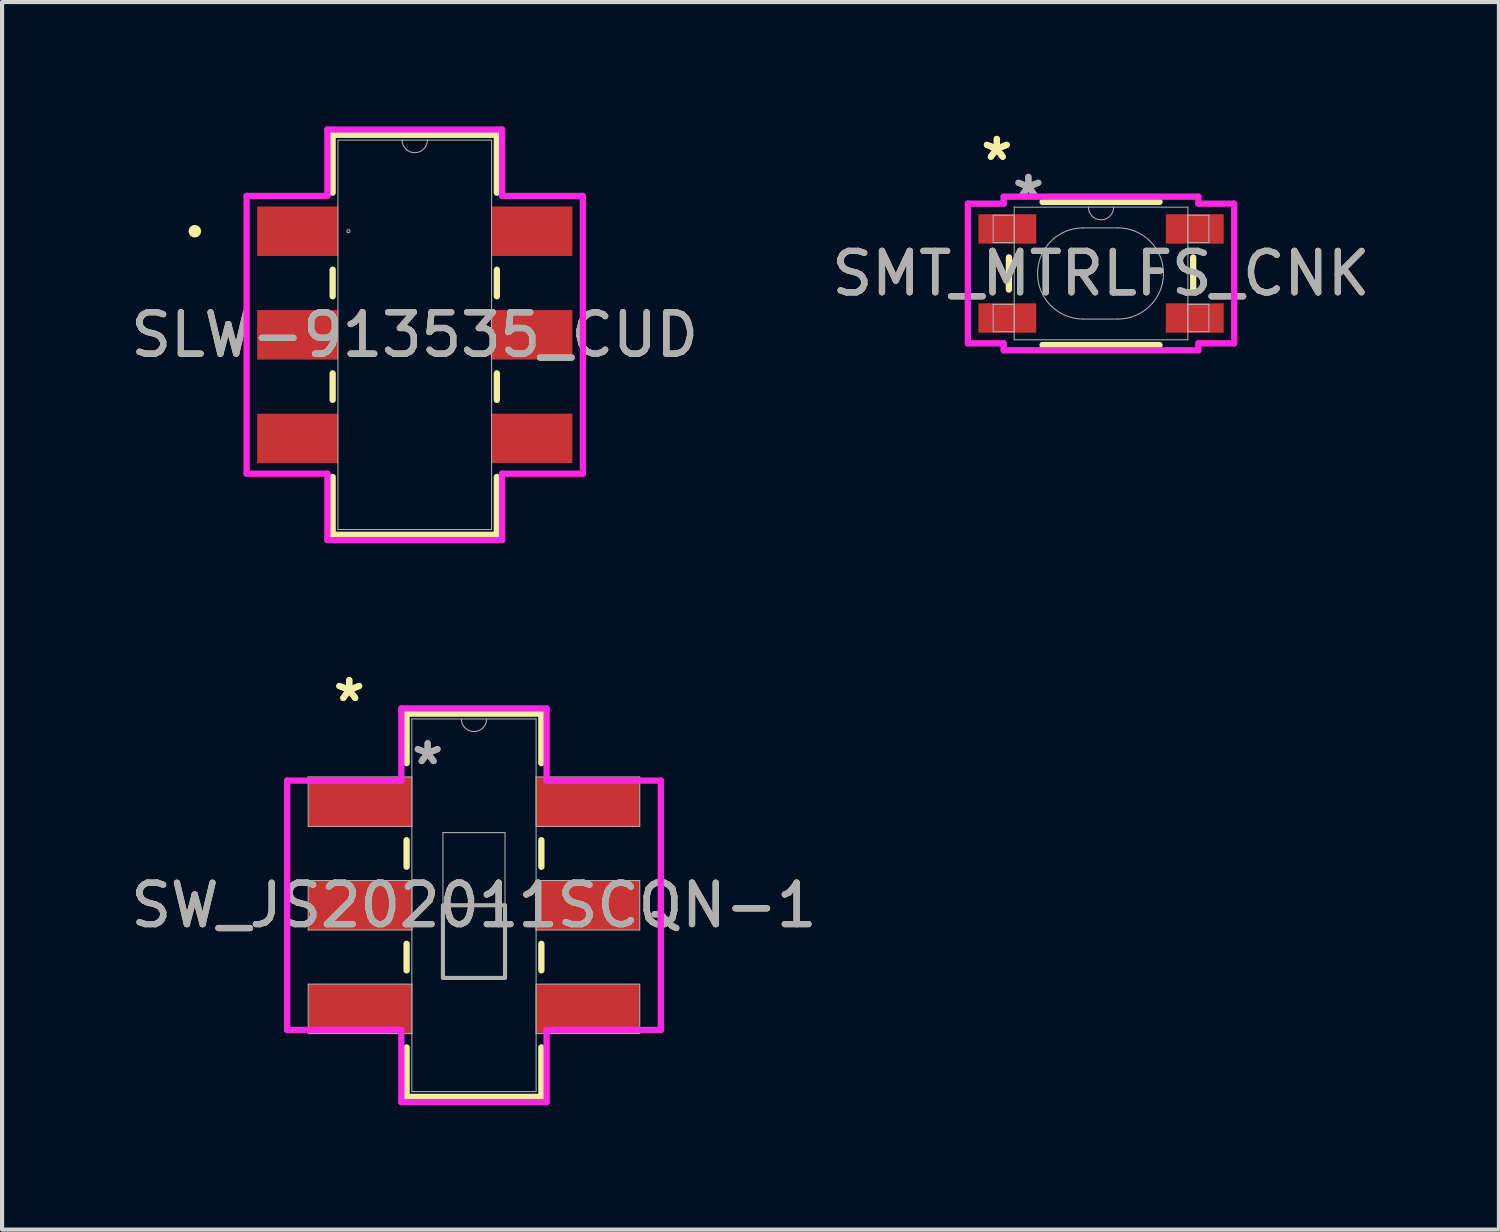
<source format=kicad_pcb>
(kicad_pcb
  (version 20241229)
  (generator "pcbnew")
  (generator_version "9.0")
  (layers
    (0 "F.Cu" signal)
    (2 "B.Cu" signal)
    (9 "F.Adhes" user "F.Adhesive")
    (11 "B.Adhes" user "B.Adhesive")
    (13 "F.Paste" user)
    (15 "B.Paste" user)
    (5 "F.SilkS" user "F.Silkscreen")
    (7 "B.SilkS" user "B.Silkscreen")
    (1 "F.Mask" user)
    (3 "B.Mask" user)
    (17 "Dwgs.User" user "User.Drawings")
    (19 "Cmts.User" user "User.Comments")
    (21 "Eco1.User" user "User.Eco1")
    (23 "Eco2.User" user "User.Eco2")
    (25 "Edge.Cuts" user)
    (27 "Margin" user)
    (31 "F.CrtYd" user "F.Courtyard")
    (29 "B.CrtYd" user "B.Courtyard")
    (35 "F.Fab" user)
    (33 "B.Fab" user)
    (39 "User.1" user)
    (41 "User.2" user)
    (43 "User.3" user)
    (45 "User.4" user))
  (footprint "SMT_MTRLFS_CNK"
    (layer "F.Cu")
    (at 23.518 3.549)
    (property "Reference" "SMT_MTRLFS_CNK" (at 0 0 0) (unlocked yes) (layer "F.SilkS") (effects (font (size 1 1) (thickness 0.15))))
    (attr smd)
    (fp_line (start -2.223 -0.387) (end -2.223 0.387) (stroke (width 0.152) (type solid)) (layer "F.SilkS"))
    (fp_line (start -1.411 1.727) (end 1.411 1.727) (stroke (width 0.152) (type solid)) (layer "F.SilkS"))
    (fp_line (start 1.411 -1.727) (end -1.411 -1.727) (stroke (width 0.152) (type solid)) (layer "F.SilkS"))
    (fp_line (start 2.223 0.387) (end 2.223 -0.387) (stroke (width 0.152) (type solid)) (layer "F.SilkS"))
    (fp_line (start -3.213 -1.685) (end -2.349 -1.685) (stroke (width 0.152) (type solid)) (layer "F.CrtYd"))
    (fp_line (start -3.213 1.685) (end -3.213 -1.685) (stroke (width 0.152) (type solid)) (layer "F.CrtYd"))
    (fp_line (start -3.213 1.685) (end -2.349 1.685) (stroke (width 0.152) (type solid)) (layer "F.CrtYd"))
    (fp_line (start -2.349 -1.854) (end 2.349 -1.854) (stroke (width 0.152) (type solid)) (layer "F.CrtYd"))
    (fp_line (start -2.349 -1.685) (end -2.349 -1.854) (stroke (width 0.152) (type solid)) (layer "F.CrtYd"))
    (fp_line (start -2.349 1.854) (end -2.349 1.685) (stroke (width 0.152) (type solid)) (layer "F.CrtYd"))
    (fp_line (start 2.349 -1.854) (end 2.349 -1.685) (stroke (width 0.152) (type solid)) (layer "F.CrtYd"))
    (fp_line (start 2.349 1.685) (end 2.349 1.854) (stroke (width 0.152) (type solid)) (layer "F.CrtYd"))
    (fp_line (start 2.349 1.854) (end -2.349 1.854) (stroke (width 0.152) (type solid)) (layer "F.CrtYd"))
    (fp_line (start 3.213 -1.685) (end 2.349 -1.685) (stroke (width 0.152) (type solid)) (layer "F.CrtYd"))
    (fp_line (start 3.213 -1.685) (end 3.213 1.685) (stroke (width 0.152) (type solid)) (layer "F.CrtYd"))
    (fp_line (start 3.213 1.685) (end 2.349 1.685) (stroke (width 0.152) (type solid)) (layer "F.CrtYd"))
    (fp_line (start -2.603 -1.405) (end -2.603 -0.745) (stroke (width 0.025) (type solid)) (layer "F.Fab"))
    (fp_line (start -2.603 -0.745) (end -2.095 -0.745) (stroke (width 0.025) (type solid)) (layer "F.Fab"))
    (fp_line (start -2.603 0.745) (end -2.603 1.405) (stroke (width 0.025) (type solid)) (layer "F.Fab"))
    (fp_line (start -2.603 1.405) (end -2.095 1.405) (stroke (width 0.025) (type solid)) (layer "F.Fab"))
    (fp_line (start -2.095 -1.6) (end -2.095 1.6) (stroke (width 0.025) (type solid)) (layer "F.Fab"))
    (fp_line (start -2.095 -1.405) (end -2.603 -1.405) (stroke (width 0.025) (type solid)) (layer "F.Fab"))
    (fp_line (start -2.095 -0.745) (end -2.095 -1.405) (stroke (width 0.025) (type solid)) (layer "F.Fab"))
    (fp_line (start -2.095 0.745) (end -2.603 0.745) (stroke (width 0.025) (type solid)) (layer "F.Fab"))
    (fp_line (start -2.095 1.405) (end -2.095 0.745) (stroke (width 0.025) (type solid)) (layer "F.Fab"))
    (fp_line (start -2.095 1.6) (end 2.095 1.6) (stroke (width 0.025) (type solid)) (layer "F.Fab"))
    (fp_line (start -0.432 -1.1) (end 0.406 -1.1) (stroke (width 0.025) (type solid)) (layer "F.Fab"))
    (fp_line (start -0.432 1.1) (end 0.406 1.1) (stroke (width 0.025) (type solid)) (layer "F.Fab"))
    (fp_line (start 2.095 -1.6) (end -2.095 -1.6) (stroke (width 0.025) (type solid)) (layer "F.Fab"))
    (fp_line (start 2.095 -1.405) (end 2.095 -0.745) (stroke (width 0.025) (type solid)) (layer "F.Fab"))
    (fp_line (start 2.095 -0.745) (end 2.603 -0.745) (stroke (width 0.025) (type solid)) (layer "F.Fab"))
    (fp_line (start 2.095 0.745) (end 2.095 1.405) (stroke (width 0.025) (type solid)) (layer "F.Fab"))
    (fp_line (start 2.095 1.405) (end 2.603 1.405) (stroke (width 0.025) (type solid)) (layer "F.Fab"))
    (fp_line (start 2.095 1.6) (end 2.095 -1.6) (stroke (width 0.025) (type solid)) (layer "F.Fab"))
    (fp_line (start 2.603 -1.405) (end 2.095 -1.405) (stroke (width 0.025) (type solid)) (layer "F.Fab"))
    (fp_line (start 2.603 -0.745) (end 2.603 -1.405) (stroke (width 0.025) (type solid)) (layer "F.Fab"))
    (fp_line (start 2.603 0.745) (end 2.095 0.745) (stroke (width 0.025) (type solid)) (layer "F.Fab"))
    (fp_line (start 2.603 1.405) (end 2.603 0.745) (stroke (width 0.025) (type solid)) (layer "F.Fab"))
    (fp_arc (start -0.4318 1.1) (mid -1.5318 0) (end -0.4318 -1.1) (stroke (width 0.0254) (type solid)) (layer "F.Fab"))
    (fp_arc (start 0.3048 -1.600001) (mid 0 -1.295201) (end -0.3048 -1.600001) (stroke (width 0.0254) (type solid)) (layer "F.Fab"))
    (fp_arc (start 0.4064 -1.1) (mid 1.5064 0) (end 0.4064 1.1) (stroke (width 0.0254) (type solid)) (layer "F.Fab"))
    (fp_text user "*" (at -2.515 -2.701 0) (layer "F.SilkS") (effects (font (size 1 1) (thickness 0.15))))
    (fp_text user "*" (at -2.515 -2.701 0) (unlocked yes) (layer "F.SilkS") (effects (font (size 1 1) (thickness 0.15))))
    (fp_text user "*" (at -1.753 -1.786 0) (unlocked yes) (layer "F.Fab") (effects (font (size 1 1) (thickness 0.15))))
    (fp_text user "*" (at -1.753 -1.786 0) (layer "F.Fab") (effects (font (size 1 1) (thickness 0.15))))
    (fp_text user "${REFERENCE}" (at 0 0 0) (unlocked yes) (layer "F.Fab") (effects (font (size 1 1) (thickness 0.15))))
    (pad "1" smd rect (at -2.261 -1.075) (size 1.397 0.711) (layers "F.Cu" "F.Mask" "F.Paste"))
    (pad "2" smd rect (at 2.261 -1.075) (size 1.397 0.711) (layers "F.Cu" "F.Mask" "F.Paste"))
    (pad "3" smd rect (at -2.261 1.075) (size 1.397 0.711) (layers "F.Cu" "F.Mask" "F.Paste"))
    (pad "4" smd rect (at 2.261 1.075) (size 1.397 0.711) (layers "F.Cu" "F.Mask" "F.Paste")))
  (footprint "SLW-913535_CUD"
    (layer "F.Cu")
    (at 6.958 5.029)
    (property "Reference" "SLW-913535_CUD" (at 0 0 0) (unlocked yes) (layer "F.SilkS") (effects (font (size 1 1) (thickness 0.15))))
    (attr smd)
    (fp_line (start -1.981 -4.826) (end -1.981 -3.43) (stroke (width 0.152) (type solid)) (layer "F.SilkS"))
    (fp_line (start -1.981 -1.57) (end -1.981 -0.93) (stroke (width 0.152) (type solid)) (layer "F.SilkS"))
    (fp_line (start -1.981 0.93) (end -1.981 1.57) (stroke (width 0.152) (type solid)) (layer "F.SilkS"))
    (fp_line (start -1.981 3.43) (end -1.981 4.826) (stroke (width 0.152) (type solid)) (layer "F.SilkS"))
    (fp_line (start -1.981 4.826) (end 1.981 4.826) (stroke (width 0.152) (type solid)) (layer "F.SilkS"))
    (fp_line (start 1.981 -4.826) (end -1.981 -4.826) (stroke (width 0.152) (type solid)) (layer "F.SilkS"))
    (fp_line (start 1.981 -3.43) (end 1.981 -4.826) (stroke (width 0.152) (type solid)) (layer "F.SilkS"))
    (fp_line (start 1.981 -0.93) (end 1.981 -1.57) (stroke (width 0.152) (type solid)) (layer "F.SilkS"))
    (fp_line (start 1.981 1.57) (end 1.981 0.93) (stroke (width 0.152) (type solid)) (layer "F.SilkS"))
    (fp_line (start 1.981 4.826) (end 1.981 3.43) (stroke (width 0.152) (type solid)) (layer "F.SilkS"))
    (fp_circle (center -5.307 -2.5) (end -5.231 -2.5) (stroke (width 0.152) (type solid)) (fill no) (layer "F.SilkS"))
    (fp_line (start -4.057 -3.351) (end -2.108 -3.351) (stroke (width 0.152) (type solid)) (layer "F.CrtYd"))
    (fp_line (start -4.057 3.351) (end -4.057 -3.351) (stroke (width 0.152) (type solid)) (layer "F.CrtYd"))
    (fp_line (start -4.057 3.351) (end -2.108 3.351) (stroke (width 0.152) (type solid)) (layer "F.CrtYd"))
    (fp_line (start -2.108 -4.953) (end 2.108 -4.953) (stroke (width 0.152) (type solid)) (layer "F.CrtYd"))
    (fp_line (start -2.108 -3.351) (end -2.108 -4.953) (stroke (width 0.152) (type solid)) (layer "F.CrtYd"))
    (fp_line (start -2.108 4.953) (end -2.108 3.351) (stroke (width 0.152) (type solid)) (layer "F.CrtYd"))
    (fp_line (start 2.108 -4.953) (end 2.108 -3.351) (stroke (width 0.152) (type solid)) (layer "F.CrtYd"))
    (fp_line (start 2.108 3.351) (end 2.108 4.953) (stroke (width 0.152) (type solid)) (layer "F.CrtYd"))
    (fp_line (start 2.108 4.953) (end -2.108 4.953) (stroke (width 0.152) (type solid)) (layer "F.CrtYd"))
    (fp_line (start 4.057 -3.351) (end 2.108 -3.351) (stroke (width 0.152) (type solid)) (layer "F.CrtYd"))
    (fp_line (start 4.057 -3.351) (end 4.057 3.351) (stroke (width 0.152) (type solid)) (layer "F.CrtYd"))
    (fp_line (start 4.057 3.351) (end 2.108 3.351) (stroke (width 0.152) (type solid)) (layer "F.CrtYd"))
    (fp_line (start -1.854 -4.699) (end -1.854 4.699) (stroke (width 0.025) (type solid)) (layer "F.Fab"))
    (fp_line (start -1.854 4.699) (end 1.854 4.699) (stroke (width 0.025) (type solid)) (layer "F.Fab"))
    (fp_line (start 1.854 -4.699) (end -1.854 -4.699) (stroke (width 0.025) (type solid)) (layer "F.Fab"))
    (fp_line (start 1.854 4.699) (end 1.854 -4.699) (stroke (width 0.025) (type solid)) (layer "F.Fab"))
    (fp_arc (start 0.3048 -4.699) (mid 0 -4.3942) (end -0.3048 -4.699) (stroke (width 0.0254) (type solid)) (layer "F.Fab"))
    (fp_circle (center -1.6 -2.5) (end -1.562 -2.5) (stroke (width 0.025) (type solid)) (fill no) (layer "F.Fab"))
    (fp_text user "${REFERENCE}" (at 0 0 0) (unlocked yes) (layer "F.Fab") (effects (font (size 1 1) (thickness 0.15))))
    (pad "1" smd rect (at -2.825 -2.5) (size 1.956 1.194) (layers "F.Cu" "F.Mask" "F.Paste"))
    (pad "2" smd rect (at -2.825 0) (size 1.956 1.194) (layers "F.Cu" "F.Mask" "F.Paste"))
    (pad "3" smd rect (at -2.825 2.5) (size 1.956 1.194) (layers "F.Cu" "F.Mask" "F.Paste"))
    (pad "4" smd rect (at 2.825 -2.5) (size 1.956 1.194) (layers "F.Cu" "F.Mask" "F.Paste"))
    (pad "5" smd rect (at 2.825 0) (size 1.956 1.194) (layers "F.Cu" "F.Mask" "F.Paste"))
    (pad "6" smd rect (at 2.825 2.5) (size 1.956 1.194) (layers "F.Cu" "F.Mask" "F.Paste")))
  (footprint "SW_JS202011SCQN-1"
    (layer "F.Cu")
    (at 8.387 18.794)
    (property "Reference" "SW_JS202011SCQN-1" (at 0 0 0) (unlocked yes) (layer "F.SilkS") (effects (font (size 1 1) (thickness 0.15))))
    (attr smd)
    (fp_line (start -1.626 -4.623) (end -1.626 -3.43) (stroke (width 0.152) (type solid)) (layer "F.SilkS"))
    (fp_line (start -1.626 -1.57) (end -1.626 -0.93) (stroke (width 0.152) (type solid)) (layer "F.SilkS"))
    (fp_line (start -1.626 0.93) (end -1.626 1.57) (stroke (width 0.152) (type solid)) (layer "F.SilkS"))
    (fp_line (start -1.626 3.43) (end -1.626 4.623) (stroke (width 0.152) (type solid)) (layer "F.SilkS"))
    (fp_line (start -1.626 4.623) (end 1.626 4.623) (stroke (width 0.152) (type solid)) (layer "F.SilkS"))
    (fp_line (start 1.626 -4.623) (end -1.626 -4.623) (stroke (width 0.152) (type solid)) (layer "F.SilkS"))
    (fp_line (start 1.626 -3.43) (end 1.626 -4.623) (stroke (width 0.152) (type solid)) (layer "F.SilkS"))
    (fp_line (start 1.626 -0.93) (end 1.626 -1.57) (stroke (width 0.152) (type solid)) (layer "F.SilkS"))
    (fp_line (start 1.626 1.57) (end 1.626 0.93) (stroke (width 0.152) (type solid)) (layer "F.SilkS"))
    (fp_line (start 1.626 4.623) (end 1.626 3.43) (stroke (width 0.152) (type solid)) (layer "F.SilkS"))
    (fp_line (start -4.508 -3.008) (end -1.753 -3.008) (stroke (width 0.152) (type solid)) (layer "F.CrtYd"))
    (fp_line (start -4.508 3.008) (end -4.508 -3.008) (stroke (width 0.152) (type solid)) (layer "F.CrtYd"))
    (fp_line (start -1.753 -4.75) (end 1.753 -4.75) (stroke (width 0.152) (type solid)) (layer "F.CrtYd"))
    (fp_line (start -1.753 -3.008) (end -1.753 -4.75) (stroke (width 0.152) (type solid)) (layer "F.CrtYd"))
    (fp_line (start -1.753 3.008) (end -4.508 3.008) (stroke (width 0.152) (type solid)) (layer "F.CrtYd"))
    (fp_line (start -1.753 4.75) (end -1.753 3.008) (stroke (width 0.152) (type solid)) (layer "F.CrtYd"))
    (fp_line (start 1.753 -4.75) (end 1.753 -3.008) (stroke (width 0.152) (type solid)) (layer "F.CrtYd"))
    (fp_line (start 1.753 -3.008) (end 4.508 -3.008) (stroke (width 0.152) (type solid)) (layer "F.CrtYd"))
    (fp_line (start 1.753 3.008) (end 1.753 4.75) (stroke (width 0.152) (type solid)) (layer "F.CrtYd"))
    (fp_line (start 1.753 4.75) (end -1.753 4.75) (stroke (width 0.152) (type solid)) (layer "F.CrtYd"))
    (fp_line (start 4.508 -3.008) (end 4.508 3.008) (stroke (width 0.152) (type solid)) (layer "F.CrtYd"))
    (fp_line (start 4.508 3.008) (end 1.753 3.008) (stroke (width 0.152) (type solid)) (layer "F.CrtYd"))
    (fp_line (start -4 -3.097) (end -4 -1.903) (stroke (width 0.025) (type solid)) (layer "F.Fab"))
    (fp_line (start -4 -1.903) (end -1.499 -1.903) (stroke (width 0.025) (type solid)) (layer "F.Fab"))
    (fp_line (start -4 -0.597) (end -4 0.597) (stroke (width 0.025) (type solid)) (layer "F.Fab"))
    (fp_line (start -4 0.597) (end -1.499 0.597) (stroke (width 0.025) (type solid)) (layer "F.Fab"))
    (fp_line (start -4 1.903) (end -4 3.097) (stroke (width 0.025) (type solid)) (layer "F.Fab"))
    (fp_line (start -4 3.097) (end -1.499 3.097) (stroke (width 0.025) (type solid)) (layer "F.Fab"))
    (fp_line (start -1.499 -4.496) (end -1.499 4.496) (stroke (width 0.025) (type solid)) (layer "F.Fab"))
    (fp_line (start -1.499 -3.097) (end -4 -3.097) (stroke (width 0.025) (type solid)) (layer "F.Fab"))
    (fp_line (start -1.499 -1.903) (end -1.499 -3.097) (stroke (width 0.025) (type solid)) (layer "F.Fab"))
    (fp_line (start -1.499 -0.597) (end -4 -0.597) (stroke (width 0.025) (type solid)) (layer "F.Fab"))
    (fp_line (start -1.499 0.597) (end -1.499 -0.597) (stroke (width 0.025) (type solid)) (layer "F.Fab"))
    (fp_line (start -1.499 1.903) (end -4 1.903) (stroke (width 0.025) (type solid)) (layer "F.Fab"))
    (fp_line (start -1.499 3.097) (end -1.499 1.903) (stroke (width 0.025) (type solid)) (layer "F.Fab"))
    (fp_line (start -1.499 4.496) (end 1.499 4.496) (stroke (width 0.025) (type solid)) (layer "F.Fab"))
    (fp_line (start -0.749 -1.753) (end 0.749 -1.753) (stroke (width 0.025) (type solid)) (layer "F.Fab"))
    (fp_line (start -0.749 1.753) (end -0.749 -1.753) (stroke (width 0.025) (type solid)) (layer "F.Fab"))
    (fp_line (start 0.749 -1.753) (end 0.749 1.753) (stroke (width 0.025) (type solid)) (layer "F.Fab"))
    (fp_line (start 0.749 1.753) (end -0.749 1.753) (stroke (width 0.025) (type solid)) (layer "F.Fab"))
    (fp_line (start 1.499 -4.496) (end -1.499 -4.496) (stroke (width 0.025) (type solid)) (layer "F.Fab"))
    (fp_line (start 1.499 -3.097) (end 1.499 -1.903) (stroke (width 0.025) (type solid)) (layer "F.Fab"))
    (fp_line (start 1.499 -1.903) (end 4 -1.903) (stroke (width 0.025) (type solid)) (layer "F.Fab"))
    (fp_line (start 1.499 -0.597) (end 1.499 0.597) (stroke (width 0.025) (type solid)) (layer "F.Fab"))
    (fp_line (start 1.499 0.597) (end 4 0.597) (stroke (width 0.025) (type solid)) (layer "F.Fab"))
    (fp_line (start 1.499 1.903) (end 1.499 3.097) (stroke (width 0.025) (type solid)) (layer "F.Fab"))
    (fp_line (start 1.499 3.097) (end 4 3.097) (stroke (width 0.025) (type solid)) (layer "F.Fab"))
    (fp_line (start 1.499 4.496) (end 1.499 -4.496) (stroke (width 0.025) (type solid)) (layer "F.Fab"))
    (fp_line (start 4 -3.097) (end 1.499 -3.097) (stroke (width 0.025) (type solid)) (layer "F.Fab"))
    (fp_line (start 4 -1.903) (end 4 -3.097) (stroke (width 0.025) (type solid)) (layer "F.Fab"))
    (fp_line (start 4 -0.597) (end 1.499 -0.597) (stroke (width 0.025) (type solid)) (layer "F.Fab"))
    (fp_line (start 4 0.597) (end 4 -0.597) (stroke (width 0.025) (type solid)) (layer "F.Fab"))
    (fp_line (start 4 1.903) (end 1.499 1.903) (stroke (width 0.025) (type solid)) (layer "F.Fab"))
    (fp_line (start 4 3.097) (end 4 1.903) (stroke (width 0.025) (type solid)) (layer "F.Fab"))
    (fp_arc (start 0.3048 -4.4958) (mid 0 -4.191) (end -0.3048 -4.4958) (stroke (width 0.0254) (type solid)) (layer "F.Fab"))
    (fp_poly (pts (xy -0.749 1.753) (xy -0.749 0) (xy 0.749 0) (xy 0.749 1.753)) (stroke (width 0.1) (type solid)) (fill no) (layer "F.Fab"))
    (fp_text user "*" (at -3.01 -4.888 0) (layer "F.SilkS") (effects (font (size 1 1) (thickness 0.15))))
    (fp_text user "*" (at -3.01 -4.888 0) (unlocked yes) (layer "F.SilkS") (effects (font (size 1 1) (thickness 0.15))))
    (fp_text user "${REFERENCE}" (at 0 0 0) (unlocked yes) (layer "F.Fab") (effects (font (size 1 1) (thickness 0.15))))
    (fp_text user "*" (at -1.118 -3.364 0) (unlocked yes) (layer "F.Fab") (effects (font (size 1 1) (thickness 0.15))))
    (fp_text user "*" (at -1.118 -3.364 0) (layer "F.Fab") (effects (font (size 1 1) (thickness 0.15))))
    (pad "1" smd rect (at -2.756 -2.5) (size 2.489 1.194) (layers "F.Cu" "F.Mask" "F.Paste"))
    (pad "2" smd rect (at -2.756 0) (size 2.489 1.194) (layers "F.Cu" "F.Mask" "F.Paste"))
    (pad "3" smd rect (at -2.756 2.5) (size 2.489 1.194) (layers "F.Cu" "F.Mask" "F.Paste"))
    (pad "4" smd rect (at 2.756 2.5) (size 2.489 1.194) (layers "F.Cu" "F.Mask" "F.Paste"))
    (pad "5" smd rect (at 2.756 0) (size 2.489 1.194) (layers "F.Cu" "F.Mask" "F.Paste"))
    (pad "6" smd rect (at 2.756 -2.5) (size 2.489 1.194) (layers "F.Cu" "F.Mask" "F.Paste")))
  (gr_rect
    (start -3 -3)
    (end 33.119 26.62)
    (stroke (width 0.1) (type default))
    (fill no)
    (layer "Edge.Cuts")))
</source>
